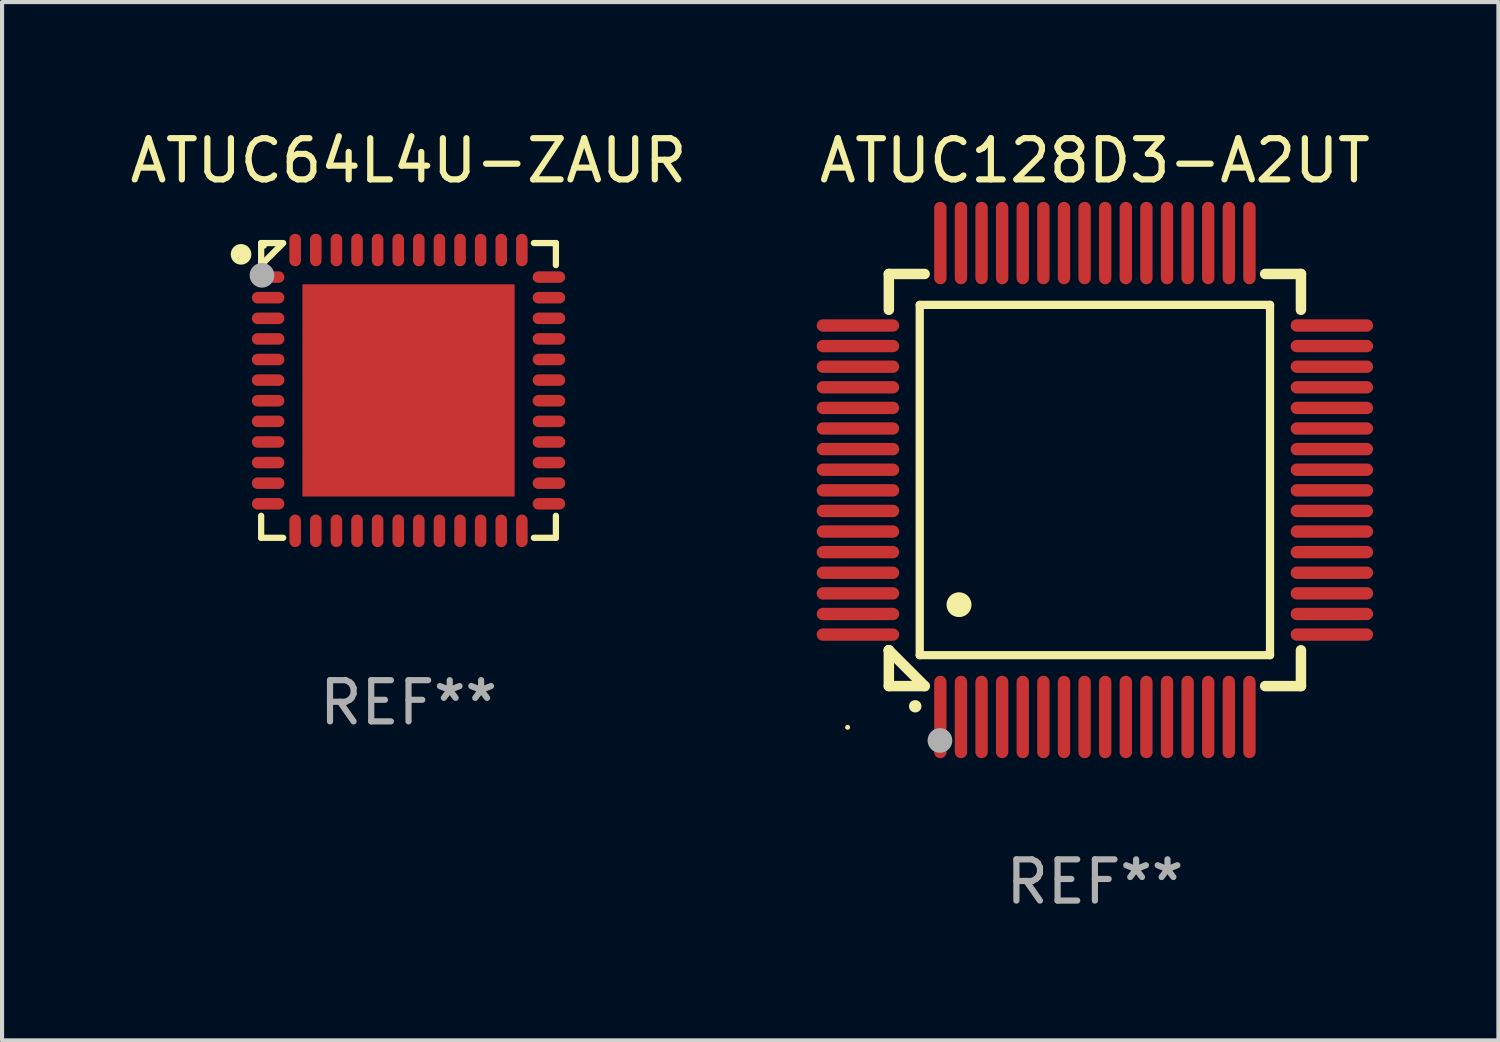
<source format=kicad_pcb>
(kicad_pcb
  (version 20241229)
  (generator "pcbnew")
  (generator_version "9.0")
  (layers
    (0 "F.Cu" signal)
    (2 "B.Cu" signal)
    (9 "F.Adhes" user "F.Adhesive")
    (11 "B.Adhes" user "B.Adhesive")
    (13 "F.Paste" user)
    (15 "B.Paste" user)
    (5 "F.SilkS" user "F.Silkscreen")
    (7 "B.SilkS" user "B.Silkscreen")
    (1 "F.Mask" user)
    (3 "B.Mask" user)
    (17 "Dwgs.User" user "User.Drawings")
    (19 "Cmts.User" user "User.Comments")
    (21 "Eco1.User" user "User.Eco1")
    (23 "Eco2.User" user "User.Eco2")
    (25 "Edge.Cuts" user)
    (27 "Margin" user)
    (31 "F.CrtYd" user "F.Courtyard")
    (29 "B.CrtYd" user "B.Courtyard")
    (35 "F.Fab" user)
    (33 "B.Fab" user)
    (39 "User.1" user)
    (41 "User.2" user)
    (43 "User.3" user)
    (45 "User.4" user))
  (footprint "ATUC128D3-A2UT"
    (layer "F.Cu")
    (at 23.518 8.598)
    (property "Reference" "ATUC128D3-A2UT" (at 0 -7.75 0) (layer "F.SilkS") (effects (font (size 1 1) (thickness 0.15))))
    (attr through_hole)
    (fp_line (start -5 -5) (end -4.131 -5) (stroke (width 0.254) (type solid)) (layer "F.SilkS"))
    (fp_line (start -5 -4.131) (end -5 -5) (stroke (width 0.254) (type solid)) (layer "F.SilkS"))
    (fp_line (start -5 4.131) (end -5 4.131) (stroke (width 0.254) (type solid)) (layer "F.SilkS"))
    (fp_line (start -5 5) (end -5 4.131) (stroke (width 0.254) (type solid)) (layer "F.SilkS"))
    (fp_line (start -5 4.131) (end -4.131 5) (stroke (width 0.254) (type solid)) (layer "F.SilkS"))
    (fp_line (start -4.25 -4.25) (end -4.25 4.25) (stroke (width 0.2) (type solid)) (layer "F.SilkS"))
    (fp_line (start -4.25 4.25) (end 4.25 4.25) (stroke (width 0.2) (type solid)) (layer "F.SilkS"))
    (fp_line (start -4.131 5) (end -5 5) (stroke (width 0.254) (type solid)) (layer "F.SilkS"))
    (fp_line (start 4.25 -4.25) (end -4.25 -4.25) (stroke (width 0.2) (type solid)) (layer "F.SilkS"))
    (fp_line (start 4.25 4.25) (end 4.25 -4.25) (stroke (width 0.2) (type solid)) (layer "F.SilkS"))
    (fp_line (start 5 -5) (end 4.131 -5) (stroke (width 0.254) (type solid)) (layer "F.SilkS"))
    (fp_line (start 5 -5) (end 5 -4.131) (stroke (width 0.254) (type solid)) (layer "F.SilkS"))
    (fp_line (start 5 4.131) (end 5 5) (stroke (width 0.254) (type solid)) (layer "F.SilkS"))
    (fp_line (start 5 5) (end 4.131 5) (stroke (width 0.254) (type solid)) (layer "F.SilkS"))
    (fp_arc (start -4.361265 5.489992) (mid -4.359995 5.489987) (end -4.358725 5.489992) (stroke (width 0.3) (type solid)) (layer "F.SilkS"))
    (fp_arc (start -3.299467 3.025146) (mid -3.296927 3.025135) (end -3.294387 3.025146) (stroke (width 0.6) (type solid)) (layer "F.SilkS"))
    (fp_circle (center -6 6) (end -5.97 6) (stroke (width 0.06) (type solid)) (fill no) (layer "F.SilkS"))
    (fp_circle (center -3.76 6.32) (end -3.61 6.32) (stroke (width 0.3) (type solid)) (fill no) (layer "F.Fab"))
    (fp_text user "REF**" (at 0 9.75 0) (layer "F.Fab") (effects (font (size 1 1) (thickness 0.15))))
    (pad "1" smd oval (at -3.75 5.75) (size 0.3 2) (layers "F.Cu" "F.Mask" "F.Paste"))
    (pad "2" smd oval (at -3.25 5.75) (size 0.3 2) (layers "F.Cu" "F.Mask" "F.Paste"))
    (pad "3" smd oval (at -2.75 5.75) (size 0.3 2) (layers "F.Cu" "F.Mask" "F.Paste"))
    (pad "4" smd oval (at -2.25 5.75) (size 0.3 2) (layers "F.Cu" "F.Mask" "F.Paste"))
    (pad "5" smd oval (at -1.75 5.75) (size 0.3 2) (layers "F.Cu" "F.Mask" "F.Paste"))
    (pad "6" smd oval (at -1.25 5.75) (size 0.3 2) (layers "F.Cu" "F.Mask" "F.Paste"))
    (pad "7" smd oval (at -0.75 5.75) (size 0.3 2) (layers "F.Cu" "F.Mask" "F.Paste"))
    (pad "8" smd oval (at -0.25 5.75) (size 0.3 2) (layers "F.Cu" "F.Mask" "F.Paste"))
    (pad "9" smd oval (at 0.25 5.75) (size 0.3 2) (layers "F.Cu" "F.Mask" "F.Paste"))
    (pad "10" smd oval (at 0.75 5.75) (size 0.3 2) (layers "F.Cu" "F.Mask" "F.Paste"))
    (pad "11" smd oval (at 1.25 5.75) (size 0.3 2) (layers "F.Cu" "F.Mask" "F.Paste"))
    (pad "12" smd oval (at 1.75 5.75) (size 0.3 2) (layers "F.Cu" "F.Mask" "F.Paste"))
    (pad "13" smd oval (at 2.25 5.75) (size 0.3 2) (layers "F.Cu" "F.Mask" "F.Paste"))
    (pad "14" smd oval (at 2.75 5.75) (size 0.3 2) (layers "F.Cu" "F.Mask" "F.Paste"))
    (pad "15" smd oval (at 3.25 5.75) (size 0.3 2) (layers "F.Cu" "F.Mask" "F.Paste"))
    (pad "16" smd oval (at 3.75 5.75) (size 0.3 2) (layers "F.Cu" "F.Mask" "F.Paste"))
    (pad "17" smd oval (at 5.75 3.75) (size 2 0.3) (layers "F.Cu" "F.Mask" "F.Paste"))
    (pad "18" smd oval (at 5.75 3.25) (size 2 0.3) (layers "F.Cu" "F.Mask" "F.Paste"))
    (pad "19" smd oval (at 5.75 2.75) (size 2 0.3) (layers "F.Cu" "F.Mask" "F.Paste"))
    (pad "20" smd oval (at 5.75 2.25) (size 2 0.3) (layers "F.Cu" "F.Mask" "F.Paste"))
    (pad "21" smd oval (at 5.75 1.75) (size 2 0.3) (layers "F.Cu" "F.Mask" "F.Paste"))
    (pad "22" smd oval (at 5.75 1.25) (size 2 0.3) (layers "F.Cu" "F.Mask" "F.Paste"))
    (pad "23" smd oval (at 5.75 0.75) (size 2 0.3) (layers "F.Cu" "F.Mask" "F.Paste"))
    (pad "24" smd oval (at 5.75 0.25) (size 2 0.3) (layers "F.Cu" "F.Mask" "F.Paste"))
    (pad "25" smd oval (at 5.75 -0.25) (size 2 0.3) (layers "F.Cu" "F.Mask" "F.Paste"))
    (pad "26" smd oval (at 5.75 -0.75) (size 2 0.3) (layers "F.Cu" "F.Mask" "F.Paste"))
    (pad "27" smd oval (at 5.75 -1.25) (size 2 0.3) (layers "F.Cu" "F.Mask" "F.Paste"))
    (pad "28" smd oval (at 5.75 -1.75) (size 2 0.3) (layers "F.Cu" "F.Mask" "F.Paste"))
    (pad "29" smd oval (at 5.75 -2.25) (size 2 0.3) (layers "F.Cu" "F.Mask" "F.Paste"))
    (pad "30" smd oval (at 5.75 -2.75) (size 2 0.3) (layers "F.Cu" "F.Mask" "F.Paste"))
    (pad "31" smd oval (at 5.75 -3.25) (size 2 0.3) (layers "F.Cu" "F.Mask" "F.Paste"))
    (pad "32" smd oval (at 5.75 -3.75) (size 2 0.3) (layers "F.Cu" "F.Mask" "F.Paste"))
    (pad "33" smd oval (at 3.75 -5.75) (size 0.3 2) (layers "F.Cu" "F.Mask" "F.Paste"))
    (pad "34" smd oval (at 3.25 -5.75) (size 0.3 2) (layers "F.Cu" "F.Mask" "F.Paste"))
    (pad "35" smd oval (at 2.75 -5.75) (size 0.3 2) (layers "F.Cu" "F.Mask" "F.Paste"))
    (pad "36" smd oval (at 2.25 -5.75) (size 0.3 2) (layers "F.Cu" "F.Mask" "F.Paste"))
    (pad "37" smd oval (at 1.75 -5.75) (size 0.3 2) (layers "F.Cu" "F.Mask" "F.Paste"))
    (pad "38" smd oval (at 1.25 -5.75) (size 0.3 2) (layers "F.Cu" "F.Mask" "F.Paste"))
    (pad "39" smd oval (at 0.75 -5.75) (size 0.3 2) (layers "F.Cu" "F.Mask" "F.Paste"))
    (pad "40" smd oval (at 0.25 -5.75) (size 0.3 2) (layers "F.Cu" "F.Mask" "F.Paste"))
    (pad "41" smd oval (at -0.25 -5.75) (size 0.3 2) (layers "F.Cu" "F.Mask" "F.Paste"))
    (pad "42" smd oval (at -0.75 -5.75) (size 0.3 2) (layers "F.Cu" "F.Mask" "F.Paste"))
    (pad "43" smd oval (at -1.25 -5.75) (size 0.3 2) (layers "F.Cu" "F.Mask" "F.Paste"))
    (pad "44" smd oval (at -1.75 -5.75) (size 0.3 2) (layers "F.Cu" "F.Mask" "F.Paste"))
    (pad "45" smd oval (at -2.25 -5.75) (size 0.3 2) (layers "F.Cu" "F.Mask" "F.Paste"))
    (pad "46" smd oval (at -2.75 -5.75) (size 0.3 2) (layers "F.Cu" "F.Mask" "F.Paste"))
    (pad "47" smd oval (at -3.25 -5.75) (size 0.3 2) (layers "F.Cu" "F.Mask" "F.Paste"))
    (pad "48" smd oval (at -3.75 -5.75) (size 0.3 2) (layers "F.Cu" "F.Mask" "F.Paste"))
    (pad "49" smd oval (at -5.75 -3.75) (size 2 0.3) (layers "F.Cu" "F.Mask" "F.Paste"))
    (pad "50" smd oval (at -5.75 -3.25) (size 2 0.3) (layers "F.Cu" "F.Mask" "F.Paste"))
    (pad "51" smd oval (at -5.75 -2.75) (size 2 0.3) (layers "F.Cu" "F.Mask" "F.Paste"))
    (pad "52" smd oval (at -5.75 -2.25) (size 2 0.3) (layers "F.Cu" "F.Mask" "F.Paste"))
    (pad "53" smd oval (at -5.75 -1.75) (size 2 0.3) (layers "F.Cu" "F.Mask" "F.Paste"))
    (pad "54" smd oval (at -5.75 -1.25) (size 2 0.3) (layers "F.Cu" "F.Mask" "F.Paste"))
    (pad "55" smd oval (at -5.75 -0.75) (size 2 0.3) (layers "F.Cu" "F.Mask" "F.Paste"))
    (pad "56" smd oval (at -5.75 -0.25) (size 2 0.3) (layers "F.Cu" "F.Mask" "F.Paste"))
    (pad "57" smd oval (at -5.75 0.25) (size 2 0.3) (layers "F.Cu" "F.Mask" "F.Paste"))
    (pad "58" smd oval (at -5.75 0.75) (size 2 0.3) (layers "F.Cu" "F.Mask" "F.Paste"))
    (pad "59" smd oval (at -5.75 1.25) (size 2 0.3) (layers "F.Cu" "F.Mask" "F.Paste"))
    (pad "60" smd oval (at -5.75 1.75) (size 2 0.3) (layers "F.Cu" "F.Mask" "F.Paste"))
    (pad "61" smd oval (at -5.75 2.25) (size 2 0.3) (layers "F.Cu" "F.Mask" "F.Paste"))
    (pad "62" smd oval (at -5.75 2.75) (size 2 0.3) (layers "F.Cu" "F.Mask" "F.Paste"))
    (pad "63" smd oval (at -5.75 3.25) (size 2 0.3) (layers "F.Cu" "F.Mask" "F.Paste"))
    (pad "64" smd oval (at -5.75 3.75) (size 2 0.3) (layers "F.Cu" "F.Mask" "F.Paste")))
  (footprint "ATUC64L4U-ZAUR"
    (layer "F.Cu")
    (at 6.863 6.424)
    (property "Reference" "ATUC64L4U-ZAUR" (at 0 -5.576 0) (layer "F.SilkS") (effects (font (size 1 1) (thickness 0.15))))
    (attr through_hole)
    (fp_line (start -3.576 -3.576) (end -3.042 -3.576) (stroke (width 0.152) (type solid)) (layer "F.SilkS"))
    (fp_line (start -3.576 -3.042) (end -3.576 -3.576) (stroke (width 0.152) (type solid)) (layer "F.SilkS"))
    (fp_line (start -3.576 3.042) (end -3.576 3.576) (stroke (width 0.152) (type solid)) (layer "F.SilkS"))
    (fp_line (start -3.576 3.576) (end -3.042 3.576) (stroke (width 0.152) (type solid)) (layer "F.SilkS"))
    (fp_line (start -3.069 -3.549) (end -3.549 -3.069) (stroke (width 0.152) (type solid)) (layer "F.SilkS"))
    (fp_line (start 3.576 -3.576) (end 3.042 -3.576) (stroke (width 0.152) (type solid)) (layer "F.SilkS"))
    (fp_line (start 3.576 -3.042) (end 3.576 -3.576) (stroke (width 0.152) (type solid)) (layer "F.SilkS"))
    (fp_line (start 3.576 3.042) (end 3.576 3.576) (stroke (width 0.152) (type solid)) (layer "F.SilkS"))
    (fp_line (start 3.576 3.576) (end 3.042 3.576) (stroke (width 0.152) (type solid)) (layer "F.SilkS"))
    (fp_circle (center -4.064 -3.302) (end -3.939 -3.302) (stroke (width 0.25) (type solid)) (fill no) (layer "F.SilkS"))
    (fp_circle (center -3.5 -3.5) (end -3.47 -3.5) (stroke (width 0.06) (type solid)) (fill no) (layer "F.SilkS"))
    (fp_circle (center -3.556 -2.794) (end -3.406 -2.794) (stroke (width 0.3) (type solid)) (fill no) (layer "F.Fab"))
    (fp_text user "REF**" (at 0 7.576 0) (layer "F.Fab") (effects (font (size 1 1) (thickness 0.15))))
    (pad "1" smd oval (at -3.407 -2.75) (size 0.79 0.28) (layers "F.Cu" "F.Mask" "F.Paste"))
    (pad "2" smd oval (at -3.407 -2.25) (size 0.79 0.28) (layers "F.Cu" "F.Mask" "F.Paste"))
    (pad "3" smd oval (at -3.407 -1.75) (size 0.79 0.28) (layers "F.Cu" "F.Mask" "F.Paste"))
    (pad "4" smd oval (at -3.407 -1.25) (size 0.79 0.28) (layers "F.Cu" "F.Mask" "F.Paste"))
    (pad "5" smd oval (at -3.407 -0.75) (size 0.79 0.28) (layers "F.Cu" "F.Mask" "F.Paste"))
    (pad "6" smd oval (at -3.407 -0.25) (size 0.79 0.28) (layers "F.Cu" "F.Mask" "F.Paste"))
    (pad "7" smd oval (at -3.407 0.25) (size 0.79 0.28) (layers "F.Cu" "F.Mask" "F.Paste"))
    (pad "8" smd oval (at -3.407 0.75) (size 0.79 0.28) (layers "F.Cu" "F.Mask" "F.Paste"))
    (pad "9" smd oval (at -3.407 1.25) (size 0.79 0.28) (layers "F.Cu" "F.Mask" "F.Paste"))
    (pad "10" smd oval (at -3.407 1.75) (size 0.79 0.28) (layers "F.Cu" "F.Mask" "F.Paste"))
    (pad "11" smd oval (at -3.407 2.25) (size 0.79 0.28) (layers "F.Cu" "F.Mask" "F.Paste"))
    (pad "12" smd oval (at -3.407 2.75) (size 0.79 0.28) (layers "F.Cu" "F.Mask" "F.Paste"))
    (pad "13" smd oval (at -2.75 3.407) (size 0.28 0.79) (layers "F.Cu" "F.Mask" "F.Paste"))
    (pad "14" smd oval (at -2.25 3.407) (size 0.28 0.79) (layers "F.Cu" "F.Mask" "F.Paste"))
    (pad "15" smd oval (at -1.75 3.407) (size 0.28 0.79) (layers "F.Cu" "F.Mask" "F.Paste"))
    (pad "16" smd oval (at -1.25 3.407) (size 0.28 0.79) (layers "F.Cu" "F.Mask" "F.Paste"))
    (pad "17" smd oval (at -0.75 3.407) (size 0.28 0.79) (layers "F.Cu" "F.Mask" "F.Paste"))
    (pad "18" smd oval (at -0.25 3.407) (size 0.28 0.79) (layers "F.Cu" "F.Mask" "F.Paste"))
    (pad "19" smd oval (at 0.25 3.407) (size 0.28 0.79) (layers "F.Cu" "F.Mask" "F.Paste"))
    (pad "20" smd oval (at 0.75 3.407) (size 0.28 0.79) (layers "F.Cu" "F.Mask" "F.Paste"))
    (pad "21" smd oval (at 1.25 3.407) (size 0.28 0.79) (layers "F.Cu" "F.Mask" "F.Paste"))
    (pad "22" smd oval (at 1.75 3.407) (size 0.28 0.79) (layers "F.Cu" "F.Mask" "F.Paste"))
    (pad "23" smd oval (at 2.25 3.407) (size 0.28 0.79) (layers "F.Cu" "F.Mask" "F.Paste"))
    (pad "24" smd oval (at 2.75 3.407) (size 0.28 0.79) (layers "F.Cu" "F.Mask" "F.Paste"))
    (pad "25" smd oval (at 3.407 2.75) (size 0.79 0.28) (layers "F.Cu" "F.Mask" "F.Paste"))
    (pad "26" smd oval (at 3.407 2.25) (size 0.79 0.28) (layers "F.Cu" "F.Mask" "F.Paste"))
    (pad "27" smd oval (at 3.407 1.75) (size 0.79 0.28) (layers "F.Cu" "F.Mask" "F.Paste"))
    (pad "28" smd oval (at 3.407 1.25) (size 0.79 0.28) (layers "F.Cu" "F.Mask" "F.Paste"))
    (pad "29" smd oval (at 3.407 0.75) (size 0.79 0.28) (layers "F.Cu" "F.Mask" "F.Paste"))
    (pad "30" smd oval (at 3.407 0.25) (size 0.79 0.28) (layers "F.Cu" "F.Mask" "F.Paste"))
    (pad "31" smd oval (at 3.407 -0.25) (size 0.79 0.28) (layers "F.Cu" "F.Mask" "F.Paste"))
    (pad "32" smd oval (at 3.407 -0.75) (size 0.79 0.28) (layers "F.Cu" "F.Mask" "F.Paste"))
    (pad "33" smd oval (at 3.407 -1.25) (size 0.79 0.28) (layers "F.Cu" "F.Mask" "F.Paste"))
    (pad "34" smd oval (at 3.407 -1.75) (size 0.79 0.28) (layers "F.Cu" "F.Mask" "F.Paste"))
    (pad "35" smd oval (at 3.407 -2.25) (size 0.79 0.28) (layers "F.Cu" "F.Mask" "F.Paste"))
    (pad "36" smd oval (at 3.407 -2.75) (size 0.79 0.28) (layers "F.Cu" "F.Mask" "F.Paste"))
    (pad "37" smd oval (at 2.75 -3.407) (size 0.28 0.79) (layers "F.Cu" "F.Mask" "F.Paste"))
    (pad "38" smd oval (at 2.25 -3.407) (size 0.28 0.79) (layers "F.Cu" "F.Mask" "F.Paste"))
    (pad "39" smd oval (at 1.75 -3.407) (size 0.28 0.79) (layers "F.Cu" "F.Mask" "F.Paste"))
    (pad "40" smd oval (at 1.25 -3.407) (size 0.28 0.79) (layers "F.Cu" "F.Mask" "F.Paste"))
    (pad "41" smd oval (at 0.75 -3.407) (size 0.28 0.79) (layers "F.Cu" "F.Mask" "F.Paste"))
    (pad "42" smd oval (at 0.25 -3.407) (size 0.28 0.79) (layers "F.Cu" "F.Mask" "F.Paste"))
    (pad "43" smd oval (at -0.25 -3.407) (size 0.28 0.79) (layers "F.Cu" "F.Mask" "F.Paste"))
    (pad "44" smd oval (at -0.75 -3.407) (size 0.28 0.79) (layers "F.Cu" "F.Mask" "F.Paste"))
    (pad "45" smd oval (at -1.25 -3.407) (size 0.28 0.79) (layers "F.Cu" "F.Mask" "F.Paste"))
    (pad "46" smd oval (at -1.75 -3.407) (size 0.28 0.79) (layers "F.Cu" "F.Mask" "F.Paste"))
    (pad "47" smd oval (at -2.25 -3.407) (size 0.28 0.79) (layers "F.Cu" "F.Mask" "F.Paste"))
    (pad "48" smd oval (at -2.75 -3.407) (size 0.28 0.79) (layers "F.Cu" "F.Mask" "F.Paste"))
    (pad "49" smd rect (at 0 0) (size 5.15 5.15) (layers "F.Cu" "F.Mask" "F.Paste")))
  (gr_rect
    (start -3 -3)
    (end 33.31 22.196)
    (stroke (width 0.1) (type default))
    (fill no)
    (layer "Edge.Cuts")))
</source>
